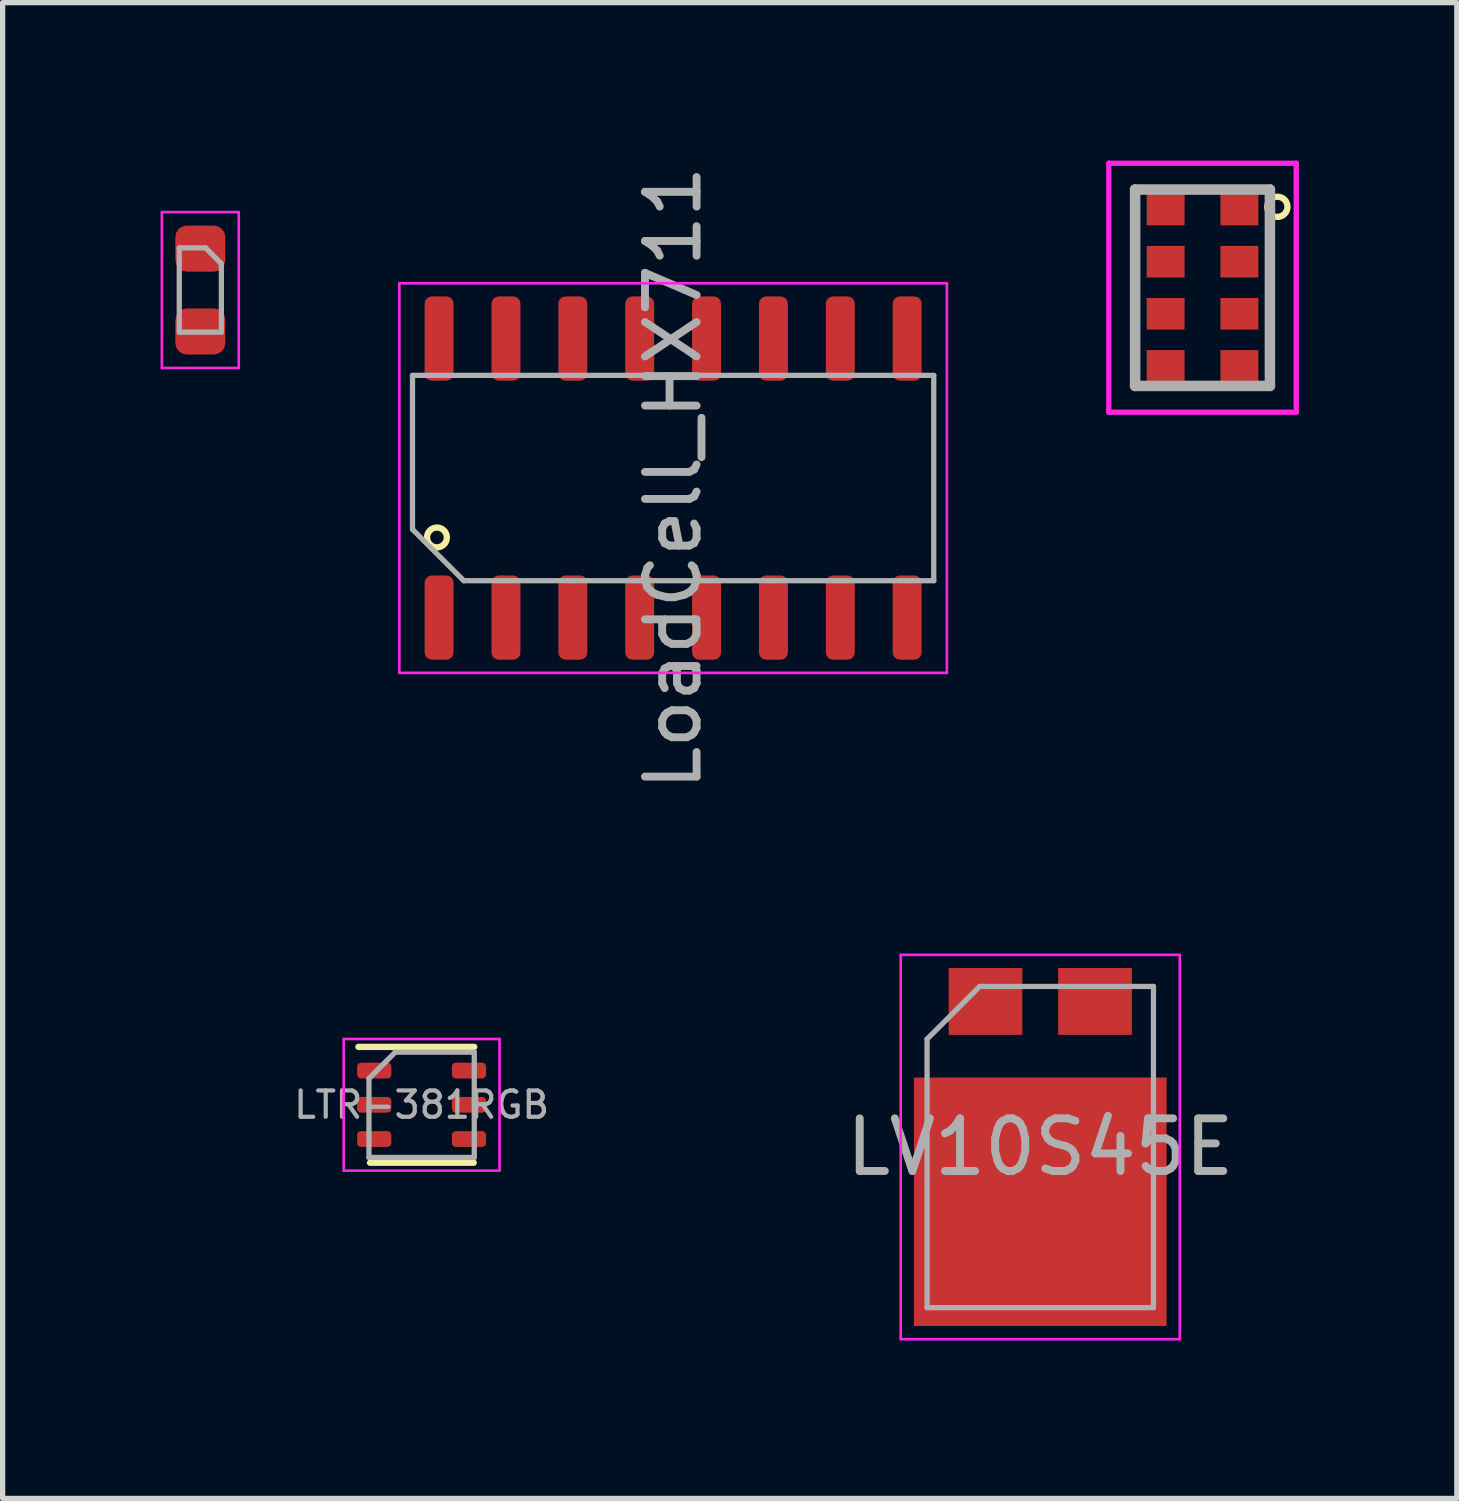
<source format=kicad_pcb>
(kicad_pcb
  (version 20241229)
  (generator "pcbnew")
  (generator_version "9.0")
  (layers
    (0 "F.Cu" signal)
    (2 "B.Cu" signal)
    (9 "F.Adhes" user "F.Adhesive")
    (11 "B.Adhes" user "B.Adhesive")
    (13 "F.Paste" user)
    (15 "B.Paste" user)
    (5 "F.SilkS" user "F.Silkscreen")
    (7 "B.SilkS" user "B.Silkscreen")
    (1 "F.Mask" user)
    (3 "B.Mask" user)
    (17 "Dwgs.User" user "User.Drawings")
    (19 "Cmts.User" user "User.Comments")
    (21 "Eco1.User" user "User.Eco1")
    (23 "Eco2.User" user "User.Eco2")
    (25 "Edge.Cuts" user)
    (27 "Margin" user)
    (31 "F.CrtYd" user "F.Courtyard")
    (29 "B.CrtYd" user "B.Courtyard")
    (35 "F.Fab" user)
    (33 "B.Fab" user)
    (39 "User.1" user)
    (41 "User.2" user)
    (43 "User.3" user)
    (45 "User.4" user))
  (footprint "LED_SML-D12D1WT86"
    (layer "F.Cu")
    (at 0.755 2.459)
    (property "Reference" "LED_SML-D12D1WT86" (at 0.025 0.066 90) (layer "Eco2.User") (effects (font (size 0.3 0.3) (thickness 0.075))))
    (attr smd)
    (fp_line (start -0.73 -1.48) (end 0.73 -1.48) (stroke (width 0.05) (type solid)) (layer "F.CrtYd"))
    (fp_line (start -0.73 1.48) (end -0.73 -1.48) (stroke (width 0.05) (type solid)) (layer "F.CrtYd"))
    (fp_line (start 0.73 -1.48) (end 0.73 1.48) (stroke (width 0.05) (type solid)) (layer "F.CrtYd"))
    (fp_line (start 0.73 1.48) (end -0.73 1.48) (stroke (width 0.05) (type solid)) (layer "F.CrtYd"))
    (fp_line (start -0.4 -0.8) (end -0.4 0.8) (stroke (width 0.1) (type solid)) (layer "F.Fab"))
    (fp_line (start -0.4 0.8) (end 0.4 0.8) (stroke (width 0.1) (type solid)) (layer "F.Fab"))
    (fp_line (start 0.1 -0.8) (end -0.4 -0.8) (stroke (width 0.1) (type solid)) (layer "F.Fab"))
    (fp_line (start 0.4 -0.5) (end 0.1 -0.8) (stroke (width 0.1) (type solid)) (layer "F.Fab"))
    (fp_line (start 0.4 0.8) (end 0.4 -0.5) (stroke (width 0.1) (type solid)) (layer "F.Fab"))
    (pad "1" smd roundrect (at 0 -0.787 270) (size 0.875 0.95) (layers "F.Cu" "F.Mask" "F.Paste") (roundrect_rratio 0.25))
    (pad "2" smd roundrect (at 0 0.787 270) (size 0.875 0.95) (layers "F.Cu" "F.Mask" "F.Paste") (roundrect_rratio 0.25)))
  (footprint "LV10S45E"
    (layer "F.Cu")
    (at 16.708 18.736)
    (property "Reference" "LV10S45E" (at 0.051 -1.666 180) (layer "Eco2.User") (effects (font (size 0.3 0.3) (thickness 0.075))))
    (attr smd)
    (fp_line (start -2.65 -3.65) (end -2.65 3.65) (stroke (width 0.05) (type solid)) (layer "F.CrtYd"))
    (fp_line (start -2.65 -3.65) (end 2.65 -3.65) (stroke (width 0.05) (type solid)) (layer "F.CrtYd"))
    (fp_line (start 2.65 3.65) (end -2.65 3.65) (stroke (width 0.05) (type solid)) (layer "F.CrtYd"))
    (fp_line (start 2.65 3.65) (end 2.65 -3.65) (stroke (width 0.05) (type solid)) (layer "F.CrtYd"))
    (fp_line (start -2.15 -2.05) (end -2.15 3.05) (stroke (width 0.1) (type solid)) (layer "F.Fab"))
    (fp_line (start -2.15 3.05) (end 2.15 3.05) (stroke (width 0.1) (type solid)) (layer "F.Fab"))
    (fp_line (start -1.15 -3.05) (end -2.15 -2.05) (stroke (width 0.1) (type solid)) (layer "F.Fab"))
    (fp_line (start 2.15 -3.05) (end -1.15 -3.05) (stroke (width 0.1) (type solid)) (layer "F.Fab"))
    (fp_line (start 2.15 3.05) (end 2.15 -3.05) (stroke (width 0.1) (type solid)) (layer "F.Fab"))
    (fp_text user "${REFERENCE}" (at 0 0 0) (layer "F.Fab") (effects (font (size 1 1) (thickness 0.15))))
    (pad "" smd rect (at -1.7 -0.65 180) (size 1.25 1.2) (layers "F.Paste"))
    (pad "" smd rect (at -1.7 1.04) (size 1.25 1.2) (layers "F.Paste"))
    (pad "" smd rect (at -1.7 2.7) (size 1.25 1.2) (layers "F.Paste"))
    (pad "" smd rect (at 0 -0.65) (size 1.25 1.2) (layers "F.Paste"))
    (pad "" smd rect (at 0 1.04) (size 1.25 1.2) (layers "F.Paste"))
    (pad "" smd rect (at 0 2.7) (size 1.25 1.2) (layers "F.Paste"))
    (pad "" smd rect (at 1.7 -0.65) (size 1.25 1.2) (layers "F.Paste"))
    (pad "" smd rect (at 1.7 1.04) (size 1.25 1.2) (layers "F.Paste"))
    (pad "" smd rect (at 1.7 2.7) (size 1.25 1.2) (layers "F.Paste"))
    (pad "1" smd rect (at -1.04 -2.765) (size 1.4 1.27) (layers "F.Cu" "F.Mask" "F.Paste"))
    (pad "1" smd rect (at 1.04 -2.765) (size 1.4 1.27) (layers "F.Cu" "F.Mask" "F.Paste"))
    (pad "2" smd rect (at 0 1.04) (size 4.8 4.72) (layers "F.Cu" "F.Mask")))
  (footprint "LTR553ALS01"
    (layer "F.Cu")
    (at 19.79 2.415)
    (property "Reference" "LTR553ALS01" (at 0.056 -0.036 90) (layer "Eco2.User") (effects (font (size 0.3 0.3) (thickness 0.075))))
    (attr smd)
    (fp_circle (center 1.422 -1.537) (end 1.448 -1.727) (stroke (width 0.12) (type solid)) (fill no) (layer "F.SilkS"))
    (fp_line (start -1.78 -2.365) (end 1.78 -2.365) (stroke (width 0.1) (type solid)) (layer "F.CrtYd"))
    (fp_line (start -1.78 2.365) (end -1.78 -2.365) (stroke (width 0.1) (type solid)) (layer "F.CrtYd"))
    (fp_line (start 1.78 -2.365) (end 1.78 2.365) (stroke (width 0.1) (type solid)) (layer "F.CrtYd"))
    (fp_line (start 1.78 2.365) (end -1.78 2.365) (stroke (width 0.1) (type solid)) (layer "F.CrtYd"))
    (fp_line (start -1.28 -1.865) (end 1.28 -1.865) (stroke (width 0.2) (type solid)) (layer "F.Fab"))
    (fp_line (start -1.28 1.865) (end -1.28 -1.865) (stroke (width 0.2) (type solid)) (layer "F.Fab"))
    (fp_line (start 1.28 -1.865) (end 1.28 1.865) (stroke (width 0.2) (type solid)) (layer "F.Fab"))
    (fp_line (start 1.28 1.865) (end -1.28 1.865) (stroke (width 0.2) (type solid)) (layer "F.Fab"))
    (pad "1" smd rect (at 0.7 -1.485 270) (size 0.6 0.72) (layers "F.Cu" "F.Mask" "F.Paste"))
    (pad "2" smd rect (at 0.7 -0.495 270) (size 0.6 0.72) (layers "F.Cu" "F.Mask" "F.Paste"))
    (pad "3" smd rect (at 0.7 0.495 270) (size 0.6 0.72) (layers "F.Cu" "F.Mask" "F.Paste"))
    (pad "4" smd rect (at 0.7 1.485 270) (size 0.6 0.72) (layers "F.Cu" "F.Mask" "F.Paste"))
    (pad "5" smd rect (at -0.7 1.485 270) (size 0.6 0.72) (layers "F.Cu" "F.Mask" "F.Paste"))
    (pad "6" smd rect (at -0.7 0.495 270) (size 0.6 0.72) (layers "F.Cu" "F.Mask" "F.Paste"))
    (pad "7" smd rect (at -0.7 -0.495 270) (size 0.6 0.72) (layers "F.Cu" "F.Mask" "F.Paste"))
    (pad "8" smd rect (at -0.7 -1.485 270) (size 0.6 0.72) (layers "F.Cu" "F.Mask" "F.Paste")))
  (footprint "LTR-381RGB"
    (layer "F.Cu")
    (at 4.958 17.934)
    (property "Reference" "LTR-381RGB" (at 0 -2.025 0) (layer "Eco2.User") (effects (font (size 1 1) (thickness 0.15))))
    (attr smd)
    (fp_line (start -1.2 -1.1) (end 1 -1.1) (stroke (width 0.12) (type solid)) (layer "F.SilkS"))
    (fp_line (start -0.98 1.1) (end 0.99 1.1) (stroke (width 0.12) (type solid)) (layer "F.SilkS"))
    (fp_line (start -1.48 -1.25) (end -1.48 1.25) (stroke (width 0.05) (type solid)) (layer "F.CrtYd"))
    (fp_line (start -1.48 1.25) (end 1.48 1.25) (stroke (width 0.05) (type solid)) (layer "F.CrtYd"))
    (fp_line (start 1.48 -1.25) (end -1.48 -1.25) (stroke (width 0.05) (type solid)) (layer "F.CrtYd"))
    (fp_line (start 1.48 1.25) (end 1.48 -1.25) (stroke (width 0.05) (type solid)) (layer "F.CrtYd"))
    (fp_line (start -1 -0.5) (end -0.5 -1) (stroke (width 0.1) (type solid)) (layer "F.Fab"))
    (fp_line (start -1 1) (end -1 -0.5) (stroke (width 0.1) (type solid)) (layer "F.Fab"))
    (fp_line (start -0.5 -1) (end 1 -1) (stroke (width 0.1) (type solid)) (layer "F.Fab"))
    (fp_line (start 1 -1) (end 1 1) (stroke (width 0.1) (type solid)) (layer "F.Fab"))
    (fp_line (start 1 1) (end -1 1) (stroke (width 0.1) (type solid)) (layer "F.Fab"))
    (fp_text user "${REFERENCE}" (at 0 0 0) (layer "F.Fab") (effects (font (size 0.5 0.5) (thickness 0.08))))
    (pad "1" smd roundrect (at -0.9 -0.65) (size 0.65 0.3) (layers "F.Cu" "F.Mask" "F.Paste") (roundrect_rratio 0.25))
    (pad "2" smd roundrect (at -0.9 0) (size 0.65 0.3) (layers "F.Cu" "F.Mask" "F.Paste") (roundrect_rratio 0.25))
    (pad "3" smd roundrect (at -0.9 0.65) (size 0.65 0.3) (layers "F.Cu" "F.Mask" "F.Paste") (roundrect_rratio 0.25))
    (pad "4" smd roundrect (at 0.9 0.65) (size 0.65 0.3) (layers "F.Cu" "F.Mask" "F.Paste") (roundrect_rratio 0.25))
    (pad "5" smd roundrect (at 0.9 0) (size 0.65 0.3) (layers "F.Cu" "F.Mask" "F.Paste") (roundrect_rratio 0.25))
    (pad "6" smd roundrect (at 0.9 -0.65) (size 0.65 0.3) (layers "F.Cu" "F.Mask" "F.Paste") (roundrect_rratio 0.25)))
  (footprint "LoadCell_HX711"
    (layer "F.Cu")
    (at 9.735 6.03)
    (property "Reference" "LoadCell_HX711" (at -0.478 -0.097 0) (layer "Eco2.User") (effects (font (size 0.3 0.3) (thickness 0.075))))
    (attr smd)
    (fp_circle (center -4.486 1.128) (end -4.475 1.316) (stroke (width 0.12) (type solid)) (fill no) (layer "F.SilkS"))
    (fp_line (start -5.2 -3.7) (end -5.2 3.7) (stroke (width 0.05) (type solid)) (layer "F.CrtYd"))
    (fp_line (start -5.2 3.7) (end 5.2 3.7) (stroke (width 0.05) (type solid)) (layer "F.CrtYd"))
    (fp_line (start 5.2 -3.7) (end -5.2 -3.7) (stroke (width 0.05) (type solid)) (layer "F.CrtYd"))
    (fp_line (start 5.2 3.7) (end 5.2 -3.7) (stroke (width 0.05) (type solid)) (layer "F.CrtYd"))
    (fp_line (start -4.95 -1.95) (end 4.95 -1.95) (stroke (width 0.1) (type solid)) (layer "F.Fab"))
    (fp_line (start -4.95 0.975) (end -4.95 -1.95) (stroke (width 0.1) (type solid)) (layer "F.Fab"))
    (fp_line (start -3.975 1.95) (end -4.95 0.975) (stroke (width 0.1) (type solid)) (layer "F.Fab"))
    (fp_line (start 4.95 -1.95) (end 4.95 1.95) (stroke (width 0.1) (type solid)) (layer "F.Fab"))
    (fp_line (start 4.95 1.95) (end -3.975 1.95) (stroke (width 0.1) (type solid)) (layer "F.Fab"))
    (fp_text user "${REFERENCE}" (at 0 0 90) (layer "F.Fab") (effects (font (size 0.98 0.98) (thickness 0.15))))
    (pad "1" smd roundrect (at -4.445 2.65 90) (size 1.6 0.55) (layers "F.Cu" "F.Mask" "F.Paste") (roundrect_rratio 0.25))
    (pad "2" smd roundrect (at -3.175 2.65 90) (size 1.6 0.55) (layers "F.Cu" "F.Mask" "F.Paste") (roundrect_rratio 0.25))
    (pad "3" smd roundrect (at -1.905 2.65 90) (size 1.6 0.55) (layers "F.Cu" "F.Mask" "F.Paste") (roundrect_rratio 0.25))
    (pad "4" smd roundrect (at -0.635 2.65 90) (size 1.6 0.55) (layers "F.Cu" "F.Mask" "F.Paste") (roundrect_rratio 0.25))
    (pad "5" smd roundrect (at 0.635 2.65 90) (size 1.6 0.55) (layers "F.Cu" "F.Mask" "F.Paste") (roundrect_rratio 0.25))
    (pad "6" smd roundrect (at 1.905 2.65 90) (size 1.6 0.55) (layers "F.Cu" "F.Mask" "F.Paste") (roundrect_rratio 0.25))
    (pad "7" smd roundrect (at 3.175 2.65 90) (size 1.6 0.55) (layers "F.Cu" "F.Mask" "F.Paste") (roundrect_rratio 0.25))
    (pad "8" smd roundrect (at 4.445 2.65 90) (size 1.6 0.55) (layers "F.Cu" "F.Mask" "F.Paste") (roundrect_rratio 0.25))
    (pad "9" smd roundrect (at 4.445 -2.65 90) (size 1.6 0.55) (layers "F.Cu" "F.Mask" "F.Paste") (roundrect_rratio 0.25))
    (pad "10" smd roundrect (at 3.175 -2.65 90) (size 1.6 0.55) (layers "F.Cu" "F.Mask" "F.Paste") (roundrect_rratio 0.25))
    (pad "11" smd roundrect (at 1.905 -2.65 90) (size 1.6 0.55) (layers "F.Cu" "F.Mask" "F.Paste") (roundrect_rratio 0.25))
    (pad "12" smd roundrect (at 0.635 -2.65 90) (size 1.6 0.55) (layers "F.Cu" "F.Mask" "F.Paste") (roundrect_rratio 0.25))
    (pad "13" smd roundrect (at -0.635 -2.65 90) (size 1.6 0.55) (layers "F.Cu" "F.Mask" "F.Paste") (roundrect_rratio 0.25))
    (pad "14" smd roundrect (at -1.905 -2.65 90) (size 1.6 0.55) (layers "F.Cu" "F.Mask" "F.Paste") (roundrect_rratio 0.25))
    (pad "15" smd roundrect (at -3.175 -2.65 90) (size 1.6 0.55) (layers "F.Cu" "F.Mask" "F.Paste") (roundrect_rratio 0.25))
    (pad "16" smd roundrect (at -4.445 -2.65 90) (size 1.6 0.55) (layers "F.Cu" "F.Mask" "F.Paste") (roundrect_rratio 0.25)))
  (gr_rect
    (start -3 -3)
    (end 24.62 25.411)
    (stroke (width 0.1) (type default))
    (fill no)
    (layer "Edge.Cuts")))
</source>
